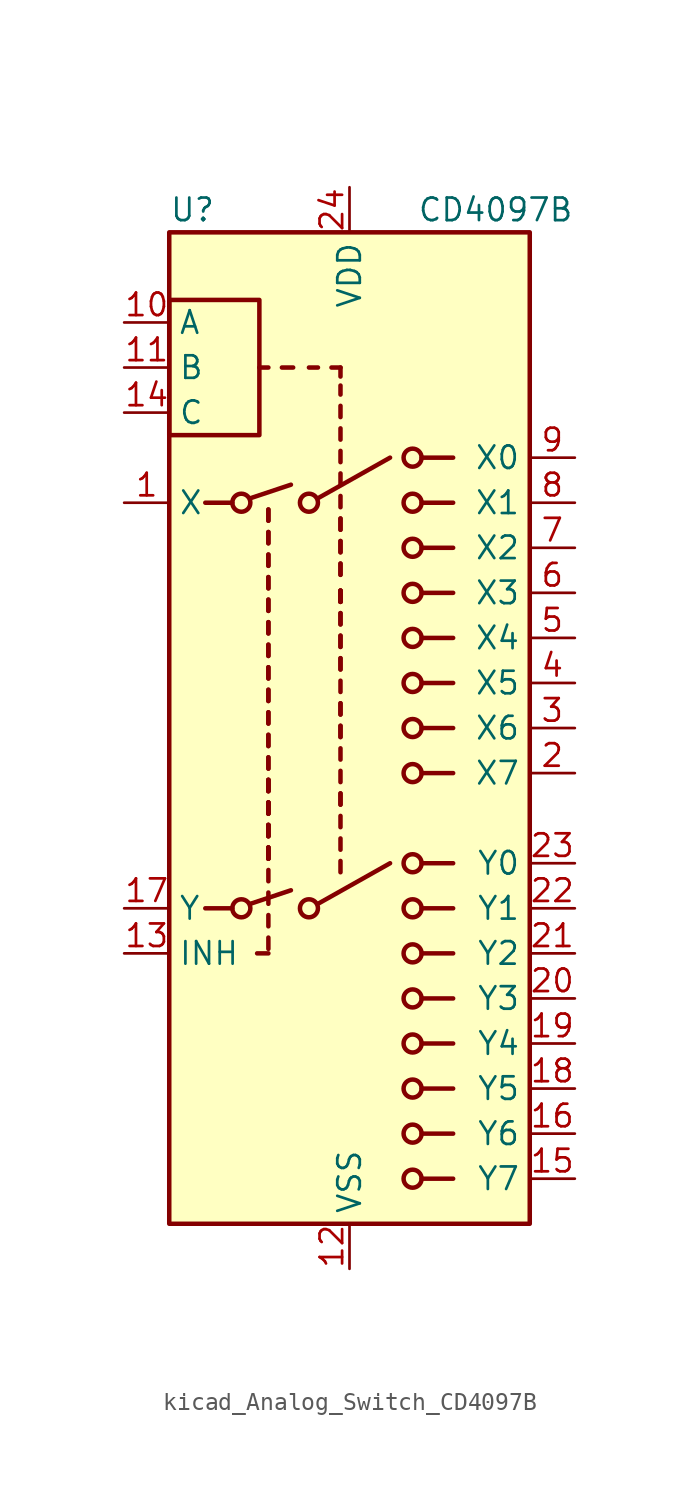
<source format=kicad_sym>
(kicad_symbol_lib
  (version 20220914)
  (generator kicad_symbol_editor)
  (symbol "kicad_Analog_Switch_CD4097B"
    (property "Reference" "U"
      (at -10.16 29.21 0)
      (effects (font (size 1.27 1.27)) (justify left)))
    (property "Value" "CD4097B"
      (at 3.81 29.21 0)
      (effects (font (size 1.27 1.27)) (justify left)))
    (symbol "kicad_Analog_Switch_CD4097B_0_1"
      (rectangle (start -10.16 24.13) (end -5.08 16.51) (stroke (width 0.254) (type default)) (fill (type none)))
      (rectangle (start -10.16 27.94) (end 10.16 -27.94) (stroke (width 0.254) (type default)) (fill (type background)))
      (circle (center -6.096 -10.16) (radius 0.508) (stroke (width 0.254) (type default)) (fill (type none)))
      (circle (center -6.096 12.7) (radius 0.508) (stroke (width 0.254) (type default)) (fill (type none)))
      (circle (center -2.286 -10.16) (radius 0.508) (stroke (width 0.254) (type default)) (fill (type none)))
      (circle (center -2.286 12.7) (radius 0.508) (stroke (width 0.254) (type default)) (fill (type none)))
      (polyline (pts (xy -8.128 -10.16) (xy -6.604 -10.16)) (stroke (width 0.254) (type default)) (fill (type none)))
      (polyline (pts (xy -8.128 12.7) (xy -6.604 12.7)) (stroke (width 0.254) (type default)) (fill (type none)))
      (polyline (pts (xy -5.588 -9.906) (xy -3.302 -9.144)) (stroke (width 0.254) (type default)) (fill (type none)))
      (polyline (pts (xy -5.588 12.954) (xy -3.302 13.716)) (stroke (width 0.254) (type default)) (fill (type none)))
      (polyline (pts (xy -4.572 -12.7) (xy -5.207 -12.7)) (stroke (width 0.254) (type default)) (fill (type none)))
      (polyline (pts (xy -4.572 -12.446) (xy -4.572 -11.811)) (stroke (width 0.254) (type default)) (fill (type none)))
      (polyline (pts (xy -4.572 -11.176) (xy -4.572 -10.541)) (stroke (width 0.254) (type default)) (fill (type none)))
      (polyline (pts (xy -4.572 -7.366) (xy -4.572 -6.731)) (stroke (width 0.254) (type default)) (fill (type none)))
      (polyline (pts (xy -4.572 -7.366) (xy -4.572 -6.731)) (stroke (width 0.254) (type default)) (fill (type none)))
      (polyline (pts (xy -4.572 -7.366) (xy -4.572 -6.731)) (stroke (width 0.254) (type default)) (fill (type none)))
      (polyline (pts (xy -4.572 -7.366) (xy -4.572 -6.731)) (stroke (width 0.254) (type default)) (fill (type none)))
      (polyline (pts (xy -4.572 -6.096) (xy -4.572 -5.461)) (stroke (width 0.254) (type default)) (fill (type none)))
      (polyline (pts (xy -4.572 -6.096) (xy -4.572 -5.461)) (stroke (width 0.254) (type default)) (fill (type none)))
      (polyline (pts (xy -4.572 -6.096) (xy -4.572 -5.461)) (stroke (width 0.254) (type default)) (fill (type none)))
      (polyline (pts (xy -4.572 -6.096) (xy -4.572 -5.461)) (stroke (width 0.254) (type default)) (fill (type none)))
      (polyline (pts (xy -4.572 -4.826) (xy -4.572 -4.191)) (stroke (width 0.254) (type default)) (fill (type none)))
      (polyline (pts (xy -4.572 -4.826) (xy -4.572 -4.191)) (stroke (width 0.254) (type default)) (fill (type none)))
      (polyline (pts (xy -4.572 -4.826) (xy -4.572 -4.191)) (stroke (width 0.254) (type default)) (fill (type none)))
      (polyline (pts (xy -4.572 -4.826) (xy -4.572 -4.191)) (stroke (width 0.254) (type default)) (fill (type none)))
      (polyline (pts (xy -4.572 -3.556) (xy -4.572 -2.921)) (stroke (width 0.254) (type default)) (fill (type none)))
      (polyline (pts (xy -4.572 -3.556) (xy -4.572 -2.921)) (stroke (width 0.254) (type default)) (fill (type none)))
      (polyline (pts (xy -4.572 -3.556) (xy -4.572 -2.921)) (stroke (width 0.254) (type default)) (fill (type none)))
      (polyline (pts (xy -4.572 -3.556) (xy -4.572 -2.921)) (stroke (width 0.254) (type default)) (fill (type none)))
      (polyline (pts (xy -4.572 -2.286) (xy -4.572 -1.651)) (stroke (width 0.254) (type default)) (fill (type none)))
      (polyline (pts (xy -4.572 -2.286) (xy -4.572 -1.651)) (stroke (width 0.254) (type default)) (fill (type none)))
      (polyline (pts (xy -4.572 -1.016) (xy -4.572 -0.381)) (stroke (width 0.254) (type default)) (fill (type none)))
      (polyline (pts (xy -4.572 -1.016) (xy -4.572 -0.381)) (stroke (width 0.254) (type default)) (fill (type none)))
      (polyline (pts (xy -4.572 0.254) (xy -4.572 0.889)) (stroke (width 0.254) (type default)) (fill (type none)))
      (polyline (pts (xy -4.572 0.254) (xy -4.572 0.889)) (stroke (width 0.254) (type default)) (fill (type none)))
      (polyline (pts (xy -4.572 1.524) (xy -4.572 2.159)) (stroke (width 0.254) (type default)) (fill (type none)))
      (polyline (pts (xy -4.572 1.524) (xy -4.572 2.159)) (stroke (width 0.254) (type default)) (fill (type none)))
      (polyline (pts (xy -4.572 2.794) (xy -4.572 3.429)) (stroke (width 0.254) (type default)) (fill (type none)))
      (polyline (pts (xy -4.572 2.794) (xy -4.572 3.429)) (stroke (width 0.254) (type default)) (fill (type none)))
      (polyline (pts (xy -4.572 4.064) (xy -4.572 4.699)) (stroke (width 0.254) (type default)) (fill (type none)))
      (polyline (pts (xy -4.572 4.064) (xy -4.572 4.699)) (stroke (width 0.254) (type default)) (fill (type none)))
      (polyline (pts (xy -4.572 5.334) (xy -4.572 5.969)) (stroke (width 0.254) (type default)) (fill (type none)))
      (polyline (pts (xy -4.572 5.334) (xy -4.572 5.969)) (stroke (width 0.254) (type default)) (fill (type none)))
      (polyline (pts (xy -4.572 6.604) (xy -4.572 7.239)) (stroke (width 0.254) (type default)) (fill (type none)))
      (polyline (pts (xy -4.572 6.604) (xy -4.572 7.239)) (stroke (width 0.254) (type default)) (fill (type none)))
      (polyline (pts (xy -4.572 7.874) (xy -4.572 8.509)) (stroke (width 0.254) (type default)) (fill (type none)))
      (polyline (pts (xy -4.572 7.874) (xy -4.572 8.509)) (stroke (width 0.254) (type default)) (fill (type none)))
      (polyline (pts (xy -4.572 9.144) (xy -4.572 9.779)) (stroke (width 0.254) (type default)) (fill (type none)))
      (polyline (pts (xy -4.572 9.144) (xy -4.572 9.779)) (stroke (width 0.254) (type default)) (fill (type none)))
      (polyline (pts (xy -4.572 10.414) (xy -4.572 11.049)) (stroke (width 0.254) (type default)) (fill (type none)))
      (polyline (pts (xy -4.572 10.414) (xy -4.572 11.049)) (stroke (width 0.254) (type default)) (fill (type none)))
      (polyline (pts (xy -4.572 11.684) (xy -4.572 12.319)) (stroke (width 0.254) (type default)) (fill (type none)))
      (polyline (pts (xy -4.572 11.684) (xy -4.572 12.319)) (stroke (width 0.254) (type default)) (fill (type none)))
      (polyline (pts (xy -4.572 20.32) (xy -5.08 20.32)) (stroke (width 0.254) (type default)) (fill (type none)))
      (polyline (pts (xy -3.81 20.32) (xy -3.175 20.32)) (stroke (width 0.254) (type default)) (fill (type none)))
      (polyline (pts (xy -1.778 -9.906) (xy 2.286 -7.62)) (stroke (width 0.254) (type default)) (fill (type none)))
      (polyline (pts (xy -1.778 12.954) (xy 2.286 15.24)) (stroke (width 0.254) (type default)) (fill (type none)))
      (polyline (pts (xy -1.778 20.32) (xy -2.286 20.32)) (stroke (width 0.254) (type default)) (fill (type none)))
      (polyline (pts (xy -0.508 -4.318) (xy -0.508 -3.683)) (stroke (width 0.254) (type default)) (fill (type none)))
      (polyline (pts (xy -0.508 -4.318) (xy -0.508 -3.683)) (stroke (width 0.254) (type default)) (fill (type none)))
      (polyline (pts (xy -0.508 -3.048) (xy -0.508 -2.413)) (stroke (width 0.254) (type default)) (fill (type none)))
      (polyline (pts (xy -0.508 -1.778) (xy -0.508 -1.143)) (stroke (width 0.254) (type default)) (fill (type none)))
      (polyline (pts (xy -0.508 -0.508) (xy -0.508 0.127)) (stroke (width 0.254) (type default)) (fill (type none)))
      (polyline (pts (xy -0.508 -0.508) (xy -0.508 0.127)) (stroke (width 0.254) (type default)) (fill (type none)))
      (polyline (pts (xy -0.508 0.762) (xy -0.508 1.397)) (stroke (width 0.254) (type default)) (fill (type none)))
      (polyline (pts (xy -0.508 0.762) (xy -0.508 1.397)) (stroke (width 0.254) (type default)) (fill (type none)))
      (polyline (pts (xy -0.508 2.032) (xy -0.508 2.667)) (stroke (width 0.254) (type default)) (fill (type none)))
      (polyline (pts (xy -0.508 3.302) (xy -0.508 3.937)) (stroke (width 0.254) (type default)) (fill (type none)))
      (polyline (pts (xy -0.508 3.302) (xy -0.508 3.937)) (stroke (width 0.254) (type default)) (fill (type none)))
      (polyline (pts (xy -0.508 4.572) (xy -0.508 5.207)) (stroke (width 0.254) (type default)) (fill (type none)))
      (polyline (pts (xy -0.508 4.572) (xy -0.508 5.207)) (stroke (width 0.254) (type default)) (fill (type none)))
      (polyline (pts (xy -0.508 5.842) (xy -0.508 6.477)) (stroke (width 0.254) (type default)) (fill (type none)))
      (polyline (pts (xy -0.508 5.842) (xy -0.508 6.477)) (stroke (width 0.254) (type default)) (fill (type none)))
      (polyline (pts (xy -0.508 7.112) (xy -0.508 7.747)) (stroke (width 0.254) (type default)) (fill (type none)))
      (polyline (pts (xy -0.508 7.112) (xy -0.508 7.747)) (stroke (width 0.254) (type default)) (fill (type none)))
      (polyline (pts (xy -0.508 7.112) (xy -0.508 7.747)) (stroke (width 0.254) (type default)) (fill (type none)))
      (polyline (pts (xy -0.508 7.112) (xy -0.508 7.747)) (stroke (width 0.254) (type default)) (fill (type none)))
      (polyline (pts (xy -0.508 8.636) (xy -0.508 9.271)) (stroke (width 0.254) (type default)) (fill (type none)))
      (polyline (pts (xy -0.508 8.636) (xy -0.508 9.271)) (stroke (width 0.254) (type default)) (fill (type none)))
      (polyline (pts (xy -0.508 9.906) (xy -0.508 10.541)) (stroke (width 0.254) (type default)) (fill (type none)))
      (polyline (pts (xy -0.508 9.906) (xy -0.508 10.541)) (stroke (width 0.254) (type default)) (fill (type none)))
      (polyline (pts (xy -0.508 11.176) (xy -0.508 11.811)) (stroke (width 0.254) (type default)) (fill (type none)))
      (polyline (pts (xy -0.508 11.176) (xy -0.508 11.811)) (stroke (width 0.254) (type default)) (fill (type none)))
      (polyline (pts (xy -0.508 12.446) (xy -0.508 13.081)) (stroke (width 0.254) (type default)) (fill (type none)))
      (polyline (pts (xy -0.508 13.716) (xy -0.508 14.351)) (stroke (width 0.254) (type default)) (fill (type none)))
      (polyline (pts (xy -0.508 18.796) (xy -0.508 19.304)) (stroke (width 0.254) (type default)) (fill (type none)))
      (polyline (pts (xy -0.508 19.812) (xy -0.508 20.32)) (stroke (width 0.254) (type default)) (fill (type none)))
      (polyline (pts (xy -0.508 20.32) (xy -1.016 20.32)) (stroke (width 0.254) (type default)) (fill (type none)))
      (polyline (pts (xy 4.064 -25.4) (xy 5.842 -25.4)) (stroke (width 0.254) (type default)) (fill (type none)))
      (polyline (pts (xy 4.064 -15.24) (xy 5.842 -15.24)) (stroke (width 0.254) (type default)) (fill (type none)))
      (polyline (pts (xy 4.064 -12.7) (xy 5.842 -12.7)) (stroke (width 0.254) (type default)) (fill (type none)))
      (polyline (pts (xy 4.064 -10.16) (xy 5.842 -10.16)) (stroke (width 0.254) (type default)) (fill (type none)))
      (polyline (pts (xy 4.064 -7.62) (xy 5.842 -7.62)) (stroke (width 0.254) (type default)) (fill (type none)))
      (polyline (pts (xy 4.064 7.62) (xy 5.842 7.62)) (stroke (width 0.254) (type default)) (fill (type none)))
      (polyline (pts (xy 4.064 10.16) (xy 5.842 10.16)) (stroke (width 0.254) (type default)) (fill (type none)))
      (polyline (pts (xy 4.064 12.7) (xy 5.842 12.7)) (stroke (width 0.254) (type default)) (fill (type none)))
      (polyline (pts (xy 4.064 15.24) (xy 5.842 15.24)) (stroke (width 0.254) (type default)) (fill (type none)))
      (circle (center 3.556 -25.4) (radius 0.508) (stroke (width 0.254) (type default)) (fill (type none)))
      (circle (center 3.556 -15.24) (radius 0.508) (stroke (width 0.254) (type default)) (fill (type none)))
      (circle (center 3.556 -12.7) (radius 0.508) (stroke (width 0.254) (type default)) (fill (type none)))
      (circle (center 3.556 -10.16) (radius 0.508) (stroke (width 0.254) (type default)) (fill (type none)))
      (circle (center 3.556 -7.62) (radius 0.508) (stroke (width 0.254) (type default)) (fill (type none)))
      (circle (center 3.556 7.62) (radius 0.508) (stroke (width 0.254) (type default)) (fill (type none)))
      (circle (center 3.556 10.16) (radius 0.508) (stroke (width 0.254) (type default)) (fill (type none)))
      (circle (center 3.556 12.7) (radius 0.508) (stroke (width 0.254) (type default)) (fill (type none)))
      (circle (center 3.556 15.24) (radius 0.508) (stroke (width 0.254) (type default)) (fill (type none))))
    (symbol "kicad_Analog_Switch_CD4097B_1_1"
      (polyline (pts (xy -4.572 -9.906) (xy -4.572 -9.271)) (stroke (width 0.254) (type default)) (fill (type none)))
      (polyline (pts (xy -4.572 -8.636) (xy -4.572 -8.001)) (stroke (width 0.254) (type default)) (fill (type none)))
      (polyline (pts (xy -0.508 -8.128) (xy -0.508 -7.493)) (stroke (width 0.254) (type default)) (fill (type none)))
      (polyline (pts (xy -0.508 -6.858) (xy -0.508 -6.223)) (stroke (width 0.254) (type default)) (fill (type none)))
      (polyline (pts (xy -0.508 -5.588) (xy -0.508 -4.953)) (stroke (width 0.254) (type default)) (fill (type none)))
      (polyline (pts (xy -0.508 14.986) (xy -0.508 15.621)) (stroke (width 0.254) (type default)) (fill (type none)))
      (polyline (pts (xy -0.508 16.256) (xy -0.508 16.891)) (stroke (width 0.254) (type default)) (fill (type none)))
      (polyline (pts (xy -0.508 17.526) (xy -0.508 18.161)) (stroke (width 0.254) (type default)) (fill (type none)))
      (polyline (pts (xy 4.064 -22.86) (xy 5.842 -22.86)) (stroke (width 0.254) (type default)) (fill (type none)))
      (polyline (pts (xy 4.064 -20.32) (xy 5.842 -20.32)) (stroke (width 0.254) (type default)) (fill (type none)))
      (polyline (pts (xy 4.064 -17.78) (xy 5.842 -17.78)) (stroke (width 0.254) (type default)) (fill (type none)))
      (polyline (pts (xy 4.064 -2.54) (xy 5.842 -2.54)) (stroke (width 0.254) (type default)) (fill (type none)))
      (polyline (pts (xy 4.064 0) (xy 5.842 0)) (stroke (width 0.254) (type default)) (fill (type none)))
      (polyline (pts (xy 4.064 2.54) (xy 5.842 2.54)) (stroke (width 0.254) (type default)) (fill (type none)))
      (polyline (pts (xy 4.064 5.08) (xy 5.842 5.08)) (stroke (width 0.254) (type default)) (fill (type none)))
      (circle (center 3.556 -22.86) (radius 0.508) (stroke (width 0.254) (type default)) (fill (type none)))
      (circle (center 3.556 -20.32) (radius 0.508) (stroke (width 0.254) (type default)) (fill (type none)))
      (circle (center 3.556 -17.78) (radius 0.508) (stroke (width 0.254) (type default)) (fill (type none)))
      (circle (center 3.556 -2.54) (radius 0.508) (stroke (width 0.254) (type default)) (fill (type none)))
      (circle (center 3.556 0) (radius 0.508) (stroke (width 0.254) (type default)) (fill (type none)))
      (circle (center 3.556 2.54) (radius 0.508) (stroke (width 0.254) (type default)) (fill (type none)))
      (circle (center 3.556 5.08) (radius 0.508) (stroke (width 0.254) (type default)) (fill (type none)))
      (pin bidirectional line (at -12.7 12.7 0) (length 2.54) (name "X" (effects (font (size 1.27 1.27)))) (number "1" (effects (font (size 1.27 1.27)))))
      (pin input line (at -12.7 22.86 0) (length 2.54) (name "A" (effects (font (size 1.27 1.27)))) (number "10" (effects (font (size 1.27 1.27)))))
      (pin input line (at -12.7 20.32 0) (length 2.54) (name "B" (effects (font (size 1.27 1.27)))) (number "11" (effects (font (size 1.27 1.27)))))
      (pin power_in line (at 0 -30.48 90) (length 2.54) (name "VSS" (effects (font (size 1.27 1.27)))) (number "12" (effects (font (size 1.27 1.27)))))
      (pin input line (at -12.7 -12.7 0) (length 2.54) (name "INH" (effects (font (size 1.27 1.27)))) (number "13" (effects (font (size 1.27 1.27)))))
      (pin input line (at -12.7 17.78 0) (length 2.54) (name "C" (effects (font (size 1.27 1.27)))) (number "14" (effects (font (size 1.27 1.27)))))
      (pin bidirectional line (at 12.7 -25.4 180) (length 2.54) (name "Y7" (effects (font (size 1.27 1.27)))) (number "15" (effects (font (size 1.27 1.27)))))
      (pin bidirectional line (at 12.7 -22.86 180) (length 2.54) (name "Y6" (effects (font (size 1.27 1.27)))) (number "16" (effects (font (size 1.27 1.27)))))
      (pin bidirectional line (at -12.7 -10.16 0) (length 2.54) (name "Y" (effects (font (size 1.27 1.27)))) (number "17" (effects (font (size 1.27 1.27)))))
      (pin bidirectional line (at 12.7 -20.32 180) (length 2.54) (name "Y5" (effects (font (size 1.27 1.27)))) (number "18" (effects (font (size 1.27 1.27)))))
      (pin bidirectional line (at 12.7 -17.78 180) (length 2.54) (name "Y4" (effects (font (size 1.27 1.27)))) (number "19" (effects (font (size 1.27 1.27)))))
      (pin bidirectional line (at 12.7 -2.54 180) (length 2.54) (name "X7" (effects (font (size 1.27 1.27)))) (number "2" (effects (font (size 1.27 1.27)))))
      (pin bidirectional line (at 12.7 -15.24 180) (length 2.54) (name "Y3" (effects (font (size 1.27 1.27)))) (number "20" (effects (font (size 1.27 1.27)))))
      (pin bidirectional line (at 12.7 -12.7 180) (length 2.54) (name "Y2" (effects (font (size 1.27 1.27)))) (number "21" (effects (font (size 1.27 1.27)))))
      (pin bidirectional line (at 12.7 -10.16 180) (length 2.54) (name "Y1" (effects (font (size 1.27 1.27)))) (number "22" (effects (font (size 1.27 1.27)))))
      (pin bidirectional line (at 12.7 -7.62 180) (length 2.54) (name "Y0" (effects (font (size 1.27 1.27)))) (number "23" (effects (font (size 1.27 1.27)))))
      (pin power_in line (at 0 30.48 270) (length 2.54) (name "VDD" (effects (font (size 1.27 1.27)))) (number "24" (effects (font (size 1.27 1.27)))))
      (pin bidirectional line (at 12.7 0 180) (length 2.54) (name "X6" (effects (font (size 1.27 1.27)))) (number "3" (effects (font (size 1.27 1.27)))))
      (pin bidirectional line (at 12.7 2.54 180) (length 2.54) (name "X5" (effects (font (size 1.27 1.27)))) (number "4" (effects (font (size 1.27 1.27)))))
      (pin bidirectional line (at 12.7 5.08 180) (length 2.54) (name "X4" (effects (font (size 1.27 1.27)))) (number "5" (effects (font (size 1.27 1.27)))))
      (pin bidirectional line (at 12.7 7.62 180) (length 2.54) (name "X3" (effects (font (size 1.27 1.27)))) (number "6" (effects (font (size 1.27 1.27)))))
      (pin bidirectional line (at 12.7 10.16 180) (length 2.54) (name "X2" (effects (font (size 1.27 1.27)))) (number "7" (effects (font (size 1.27 1.27)))))
      (pin bidirectional line (at 12.7 12.7 180) (length 2.54) (name "X1" (effects (font (size 1.27 1.27)))) (number "8" (effects (font (size 1.27 1.27)))))
      (pin bidirectional line (at 12.7 15.24 180) (length 2.54) (name "X0" (effects (font (size 1.27 1.27)))) (number "9" (effects (font (size 1.27 1.27))))))))
</source>
